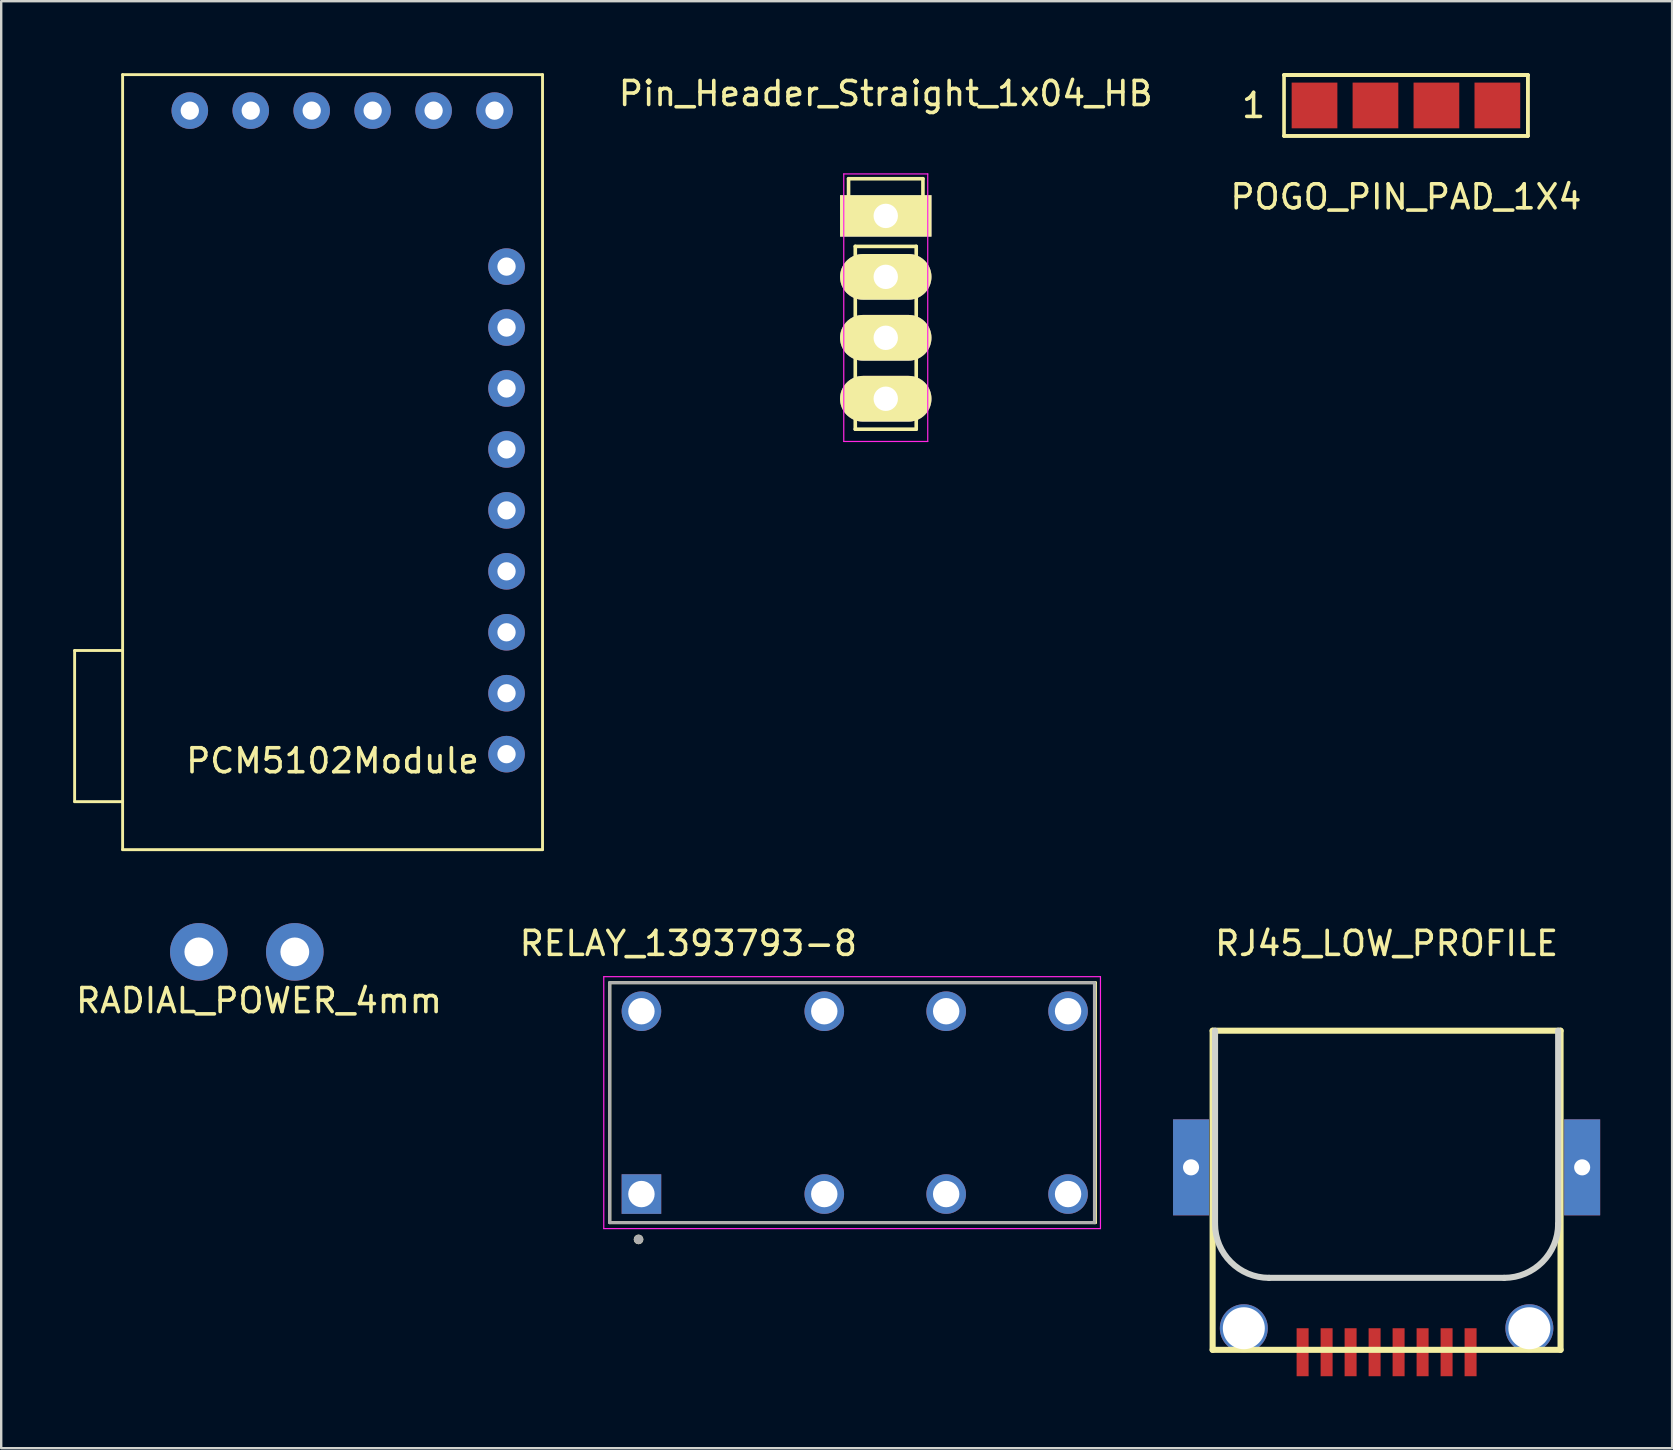
<source format=kicad_pcb>
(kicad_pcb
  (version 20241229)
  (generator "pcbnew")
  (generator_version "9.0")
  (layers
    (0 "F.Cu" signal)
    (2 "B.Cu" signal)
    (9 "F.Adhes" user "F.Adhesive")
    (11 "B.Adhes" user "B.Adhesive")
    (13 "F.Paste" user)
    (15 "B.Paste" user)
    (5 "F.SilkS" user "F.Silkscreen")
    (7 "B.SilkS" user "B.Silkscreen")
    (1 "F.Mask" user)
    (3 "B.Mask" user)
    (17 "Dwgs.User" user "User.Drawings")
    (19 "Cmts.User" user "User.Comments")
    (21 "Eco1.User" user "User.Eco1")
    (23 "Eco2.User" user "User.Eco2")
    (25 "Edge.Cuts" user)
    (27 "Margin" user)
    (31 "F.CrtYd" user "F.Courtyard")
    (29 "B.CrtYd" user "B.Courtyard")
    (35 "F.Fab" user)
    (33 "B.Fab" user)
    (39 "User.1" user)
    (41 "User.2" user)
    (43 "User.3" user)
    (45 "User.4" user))
  (footprint "RJ45_LOW_PROFILE"
    (layer "F.Cu")
    (at 54.737 46.555)
    (property "Reference" "RJ45_LOW_PROFILE" (at 0 -10.287 0) (layer "F.SilkS") (effects (font (size 1 1) (thickness 0.15))))
    (attr through_hole)
    (fp_line (start -7.25 -6.65) (end -7.25 6.65) (stroke (width 0.254) (type solid)) (layer "F.SilkS"))
    (fp_line (start -7.25 -6.65) (end 7.25 -6.65) (stroke (width 0.254) (type solid)) (layer "F.SilkS"))
    (fp_line (start -7.25 6.65) (end 7.25 6.65) (stroke (width 0.254) (type solid)) (layer "F.SilkS"))
    (fp_line (start 7.25 -6.65) (end 7.25 6.65) (stroke (width 0.254) (type solid)) (layer "F.SilkS"))
    (fp_line (start -7.15 -6.65) (end -7.15 1.4) (stroke (width 0.254) (type solid)) (layer "Edge.Cuts"))
    (fp_line (start -4.9 3.65) (end 4.9 3.65) (stroke (width 0.254) (type solid)) (layer "Edge.Cuts"))
    (fp_line (start 7.15 1.4) (end 7.15 -6.65) (stroke (width 0.254) (type solid)) (layer "Edge.Cuts"))
    (fp_arc (start -4.9 3.65) (mid -6.49099 2.99099) (end -7.15 1.4) (stroke (width 0.254) (type solid)) (layer "Edge.Cuts"))
    (fp_arc (start 7.15 1.4) (mid 6.49099 2.99099) (end 4.9 3.65) (stroke (width 0.254) (type solid)) (layer "Edge.Cuts"))
    (pad "" np_thru_hole circle (at -5.95 5.75) (size 2 2) (drill 1.75) (layers "*.Cu" "*.Mask"))
    (pad "" np_thru_hole circle (at 5.95 5.75) (size 2 2) (drill 1.75) (layers "*.Cu" "*.Mask"))
    (pad "1" smd rect (at 3.5 6.75) (size 0.5 2) (layers "F.Cu" "F.Mask" "F.Paste"))
    (pad "2" smd rect (at 2.5 6.75) (size 0.5 2) (layers "F.Cu" "F.Mask" "F.Paste"))
    (pad "3" smd rect (at 1.5 6.75) (size 0.5 2) (layers "F.Cu" "F.Mask" "F.Paste"))
    (pad "4" smd rect (at 0.5 6.75) (size 0.5 2) (layers "F.Cu" "F.Mask" "F.Paste"))
    (pad "5" smd rect (at -0.5 6.75) (size 0.5 2) (layers "F.Cu" "F.Mask" "F.Paste"))
    (pad "6" smd rect (at -1.5 6.75) (size 0.5 2) (layers "F.Cu" "F.Mask" "F.Paste"))
    (pad "7" smd rect (at -2.5 6.75) (size 0.5 2) (layers "F.Cu" "F.Mask" "F.Paste"))
    (pad "8" smd rect (at -3.5 6.75) (size 0.5 2) (layers "F.Cu" "F.Mask" "F.Paste"))
    (pad "9" thru_hole rect (at -8.15 -0.955) (size 1.5 4) (drill 0.67) (layers "*.Cu" "*.Mask"))
    (pad "9" thru_hole rect (at 8.15 -0.955) (size 1.5 4) (drill 0.67) (layers "*.Cu" "*.Mask")))
  (footprint "PCM5102Module"
    (layer "F.Cu")
    (at 10.81 16.21)
    (property "Reference" "PCM5102Module" (at 0 12.446 0) (layer "F.SilkS") (effects (font (size 1 1) (thickness 0.15))))
    (attr through_hole)
    (fp_line (start -10.75 7.85) (end -8.75 7.85) (stroke (width 0.12) (type solid)) (layer "F.SilkS"))
    (fp_line (start -10.75 14.15) (end -10.75 7.85) (stroke (width 0.12) (type solid)) (layer "F.SilkS"))
    (fp_line (start -8.75 -16.15) (end 8.75 -16.15) (stroke (width 0.12) (type solid)) (layer "F.SilkS"))
    (fp_line (start -8.75 14.15) (end -10.75 14.15) (stroke (width 0.12) (type solid)) (layer "F.SilkS"))
    (fp_line (start -8.75 16.15) (end -8.75 -16.15) (stroke (width 0.12) (type solid)) (layer "F.SilkS"))
    (fp_line (start 8.75 -16.15) (end 8.75 16.15) (stroke (width 0.12) (type solid)) (layer "F.SilkS"))
    (fp_line (start 8.75 16.15) (end -8.75 16.15) (stroke (width 0.12) (type solid)) (layer "F.SilkS"))
    (pad "1" thru_hole circle (at -5.95 -14.65) (size 1.524 1.524) (drill 0.762) (layers "*.Cu" "*.Mask"))
    (pad "2" thru_hole circle (at -3.41 -14.65) (size 1.524 1.524) (drill 0.762) (layers "*.Cu" "*.Mask"))
    (pad "3" thru_hole circle (at -0.87 -14.65) (size 1.524 1.524) (drill 0.762) (layers "*.Cu" "*.Mask"))
    (pad "4" thru_hole circle (at 1.67 -14.65) (size 1.524 1.524) (drill 0.762) (layers "*.Cu" "*.Mask"))
    (pad "5" thru_hole circle (at 4.21 -14.65) (size 1.524 1.524) (drill 0.762) (layers "*.Cu" "*.Mask"))
    (pad "6" thru_hole circle (at 6.75 -14.65) (size 1.524 1.524) (drill 0.762) (layers "*.Cu" "*.Mask"))
    (pad "7" thru_hole circle (at 7.25 -8.15) (size 1.524 1.524) (drill 0.762) (layers "*.Cu" "*.Mask"))
    (pad "8" thru_hole circle (at 7.25 -5.61) (size 1.524 1.524) (drill 0.762) (layers "*.Cu" "*.Mask"))
    (pad "9" thru_hole circle (at 7.25 -3.07) (size 1.524 1.524) (drill 0.762) (layers "*.Cu" "*.Mask"))
    (pad "10" thru_hole circle (at 7.25 -0.53) (size 1.524 1.524) (drill 0.762) (layers "*.Cu" "*.Mask"))
    (pad "11" thru_hole circle (at 7.25 2.01) (size 1.524 1.524) (drill 0.762) (layers "*.Cu" "*.Mask"))
    (pad "12" thru_hole circle (at 7.25 4.55) (size 1.524 1.524) (drill 0.762) (layers "*.Cu" "*.Mask"))
    (pad "13" thru_hole circle (at 7.25 7.09) (size 1.524 1.524) (drill 0.762) (layers "*.Cu" "*.Mask"))
    (pad "14" thru_hole circle (at 7.25 9.63) (size 1.524 1.524) (drill 0.762) (layers "*.Cu" "*.Mask"))
    (pad "15" thru_hole circle (at 7.25 12.17) (size 1.524 1.524) (drill 0.762) (layers "*.Cu" "*.Mask")))
  (footprint "RADIAL_POWER_4mm"
    (layer "F.Cu")
    (at 7.236 36.62)
    (property "Reference" "RADIAL_POWER_4mm" (at 0.508 2.032 0) (layer "F.SilkS") (effects (font (size 1 1) (thickness 0.15))))
    (attr through_hole)
    (pad "1" thru_hole circle (at -2 0) (size 2.4 2.4) (drill 1.2) (layers "*.Cu" "*.Mask"))
    (pad "2" thru_hole circle (at 2 0) (size 2.4 2.4) (drill 1.2) (layers "*.Cu" "*.Mask")))
  (footprint "POGO_PIN_PAD_1X4"
    (layer "F.Cu")
    (at 55.543 1.345)
    (property "Reference" "POGO_PIN_PAD_1X4" (at 0 3.81 0) (layer "F.SilkS") (effects (font (size 1 1) (thickness 0.15))))
    (attr through_hole)
    (fp_line (start -5.08 -1.27) (end 5.08 -1.27) (stroke (width 0.15) (type solid)) (layer "F.SilkS"))
    (fp_line (start -5.08 -1.27) (end 5.08 -1.27) (stroke (width 0.15) (type solid)) (layer "F.SilkS"))
    (fp_line (start -5.08 1.27) (end -5.08 -1.27) (stroke (width 0.15) (type solid)) (layer "F.SilkS"))
    (fp_line (start -5.08 1.27) (end 5.08 1.27) (stroke (width 0.15) (type solid)) (layer "F.SilkS"))
    (fp_line (start 5.08 -1.27) (end -5.08 -1.27) (stroke (width 0.15) (type solid)) (layer "F.SilkS"))
    (fp_line (start 5.08 -1.27) (end 5.08 1.27) (stroke (width 0.15) (type solid)) (layer "F.SilkS"))
    (fp_line (start 5.08 -1.27) (end 5.08 1.27) (stroke (width 0.15) (type solid)) (layer "F.SilkS"))
    (fp_line (start 5.08 1.27) (end -5.08 1.27) (stroke (width 0.15) (type solid)) (layer "F.SilkS"))
    (fp_text user "1" (at -6.35 0 0) (layer "F.SilkS") (effects (font (size 1 1) (thickness 0.15))))
    (pad "1" smd rect (at -3.81 0) (size 1.905 1.905) (layers "F.Cu" "F.Mask" "F.Paste"))
    (pad "2" smd rect (at -1.27 0) (size 1.905 1.905) (layers "F.Cu" "F.Mask" "F.Paste"))
    (pad "3" smd rect (at 1.27 0) (size 1.905 1.905) (layers "F.Cu" "F.Mask" "F.Paste"))
    (pad "4" smd rect (at 3.81 0) (size 1.905 1.905) (layers "F.Cu" "F.Mask" "F.Paste")))
  (footprint "RELAY_1393793-8"
    (layer "F.Cu")
    (at 32.462 42.903)
    (property "Reference" "RELAY_1393793-8" (at -6.825 -6.635 0) (layer "F.SilkS") (effects (font (size 1 1) (thickness 0.15))))
    (attr through_hole)
    (fp_line (start -10.1 -5) (end 10.14 -5) (stroke (width 0.127) (type solid)) (layer "F.SilkS"))
    (fp_line (start -10.1 5) (end -10.1 -5) (stroke (width 0.127) (type solid)) (layer "F.SilkS"))
    (fp_line (start 10.14 -5) (end 10.14 5) (stroke (width 0.127) (type solid)) (layer "F.SilkS"))
    (fp_line (start 10.14 5) (end -10.1 5) (stroke (width 0.127) (type solid)) (layer "F.SilkS"))
    (fp_circle (center -8.9 5.7) (end -8.8 5.7) (stroke (width 0.2) (type solid)) (fill no) (layer "F.SilkS"))
    (fp_line (start -10.35 -5.25) (end 10.35 -5.25) (stroke (width 0.05) (type solid)) (layer "F.CrtYd"))
    (fp_line (start -10.35 5.25) (end -10.35 -5.25) (stroke (width 0.05) (type solid)) (layer "F.CrtYd"))
    (fp_line (start 10.35 -5.25) (end 10.35 5.25) (stroke (width 0.05) (type solid)) (layer "F.CrtYd"))
    (fp_line (start 10.35 5.25) (end -10.35 5.25) (stroke (width 0.05) (type solid)) (layer "F.CrtYd"))
    (fp_line (start -10.1 -5) (end 10.1 -5) (stroke (width 0.127) (type solid)) (layer "F.Fab"))
    (fp_line (start -10.1 5) (end -10.1 -5) (stroke (width 0.127) (type solid)) (layer "F.Fab"))
    (fp_line (start 10.1 -5) (end 10.1 5) (stroke (width 0.127) (type solid)) (layer "F.Fab"))
    (fp_line (start 10.1 5) (end -10.1 5) (stroke (width 0.127) (type solid)) (layer "F.Fab"))
    (fp_circle (center -8.9 5.7) (end -8.8 5.7) (stroke (width 0.2) (type solid)) (fill no) (layer "F.Fab"))
    (pad "1" thru_hole rect (at -8.78 3.81) (size 1.65 1.65) (drill 1.1) (layers "*.Cu" "*.Mask"))
    (pad "4" thru_hole circle (at -1.16 3.81) (size 1.65 1.65) (drill 1.1) (layers "*.Cu" "*.Mask"))
    (pad "6" thru_hole circle (at 3.92 3.81) (size 1.65 1.65) (drill 1.1) (layers "*.Cu" "*.Mask"))
    (pad "8" thru_hole circle (at 9 3.81) (size 1.65 1.65) (drill 1.1) (layers "*.Cu" "*.Mask"))
    (pad "9" thru_hole circle (at 9 -3.81) (size 1.65 1.65) (drill 1.1) (layers "*.Cu" "*.Mask"))
    (pad "11" thru_hole circle (at 3.92 -3.81) (size 1.65 1.65) (drill 1.1) (layers "*.Cu" "*.Mask"))
    (pad "13" thru_hole circle (at -1.16 -3.81) (size 1.65 1.65) (drill 1.1) (layers "*.Cu" "*.Mask"))
    (pad "16" thru_hole circle (at -8.78 -3.81) (size 1.65 1.65) (drill 1.1) (layers "*.Cu" "*.Mask")))
  (footprint "Pin_Header_Straight_1x04_HB"
    (layer "F.Cu")
    (at 33.864 5.948)
    (property "Reference" "Pin_Header_Straight_1x04_HB" (at 0 -5.1 0) (layer "F.SilkS") (effects (font (size 1 1) (thickness 0.15))))
    (attr through_hole)
    (fp_line (start -1.55 -1.55) (end 1.55 -1.55) (stroke (width 0.15) (type solid)) (layer "F.SilkS"))
    (fp_line (start -1.55 0) (end -1.55 -1.55) (stroke (width 0.15) (type solid)) (layer "F.SilkS"))
    (fp_line (start -1.27 1.27) (end -1.27 8.89) (stroke (width 0.15) (type solid)) (layer "F.SilkS"))
    (fp_line (start -1.27 8.89) (end 1.27 8.89) (stroke (width 0.15) (type solid)) (layer "F.SilkS"))
    (fp_line (start 1.27 1.27) (end -1.27 1.27) (stroke (width 0.15) (type solid)) (layer "F.SilkS"))
    (fp_line (start 1.27 1.27) (end 1.27 8.89) (stroke (width 0.15) (type solid)) (layer "F.SilkS"))
    (fp_line (start 1.55 -1.55) (end 1.55 0) (stroke (width 0.15) (type solid)) (layer "F.SilkS"))
    (fp_line (start -1.75 -1.75) (end -1.75 9.4) (stroke (width 0.05) (type solid)) (layer "F.CrtYd"))
    (fp_line (start -1.75 -1.75) (end 1.75 -1.75) (stroke (width 0.05) (type solid)) (layer "F.CrtYd"))
    (fp_line (start -1.75 9.4) (end 1.75 9.4) (stroke (width 0.05) (type solid)) (layer "F.CrtYd"))
    (fp_line (start 1.75 -1.75) (end 1.75 9.4) (stroke (width 0.05) (type solid)) (layer "F.CrtYd"))
    (pad "1" thru_hole rect (at 0 0) (size 3.81 1.727) (drill 1.016) (layers "*.Cu" "*.Mask" "F.SilkS"))
    (pad "2" thru_hole oval (at 0 2.54) (size 3.81 1.905) (drill 1.016) (layers "*.Cu" "*.Mask" "F.SilkS"))
    (pad "3" thru_hole oval (at 0 5.08) (size 3.81 1.905) (drill 1.016) (layers "*.Cu" "*.Mask" "F.SilkS"))
    (pad "4" thru_hole oval (at 0 7.62) (size 3.81 1.905) (drill 1.016) (layers "*.Cu" "*.Mask" "F.SilkS")))
  (gr_rect
    (start -3 -3)
    (end 66.637 57.305)
    (stroke (width 0.1) (type default))
    (fill no)
    (layer "Edge.Cuts")))
</source>
